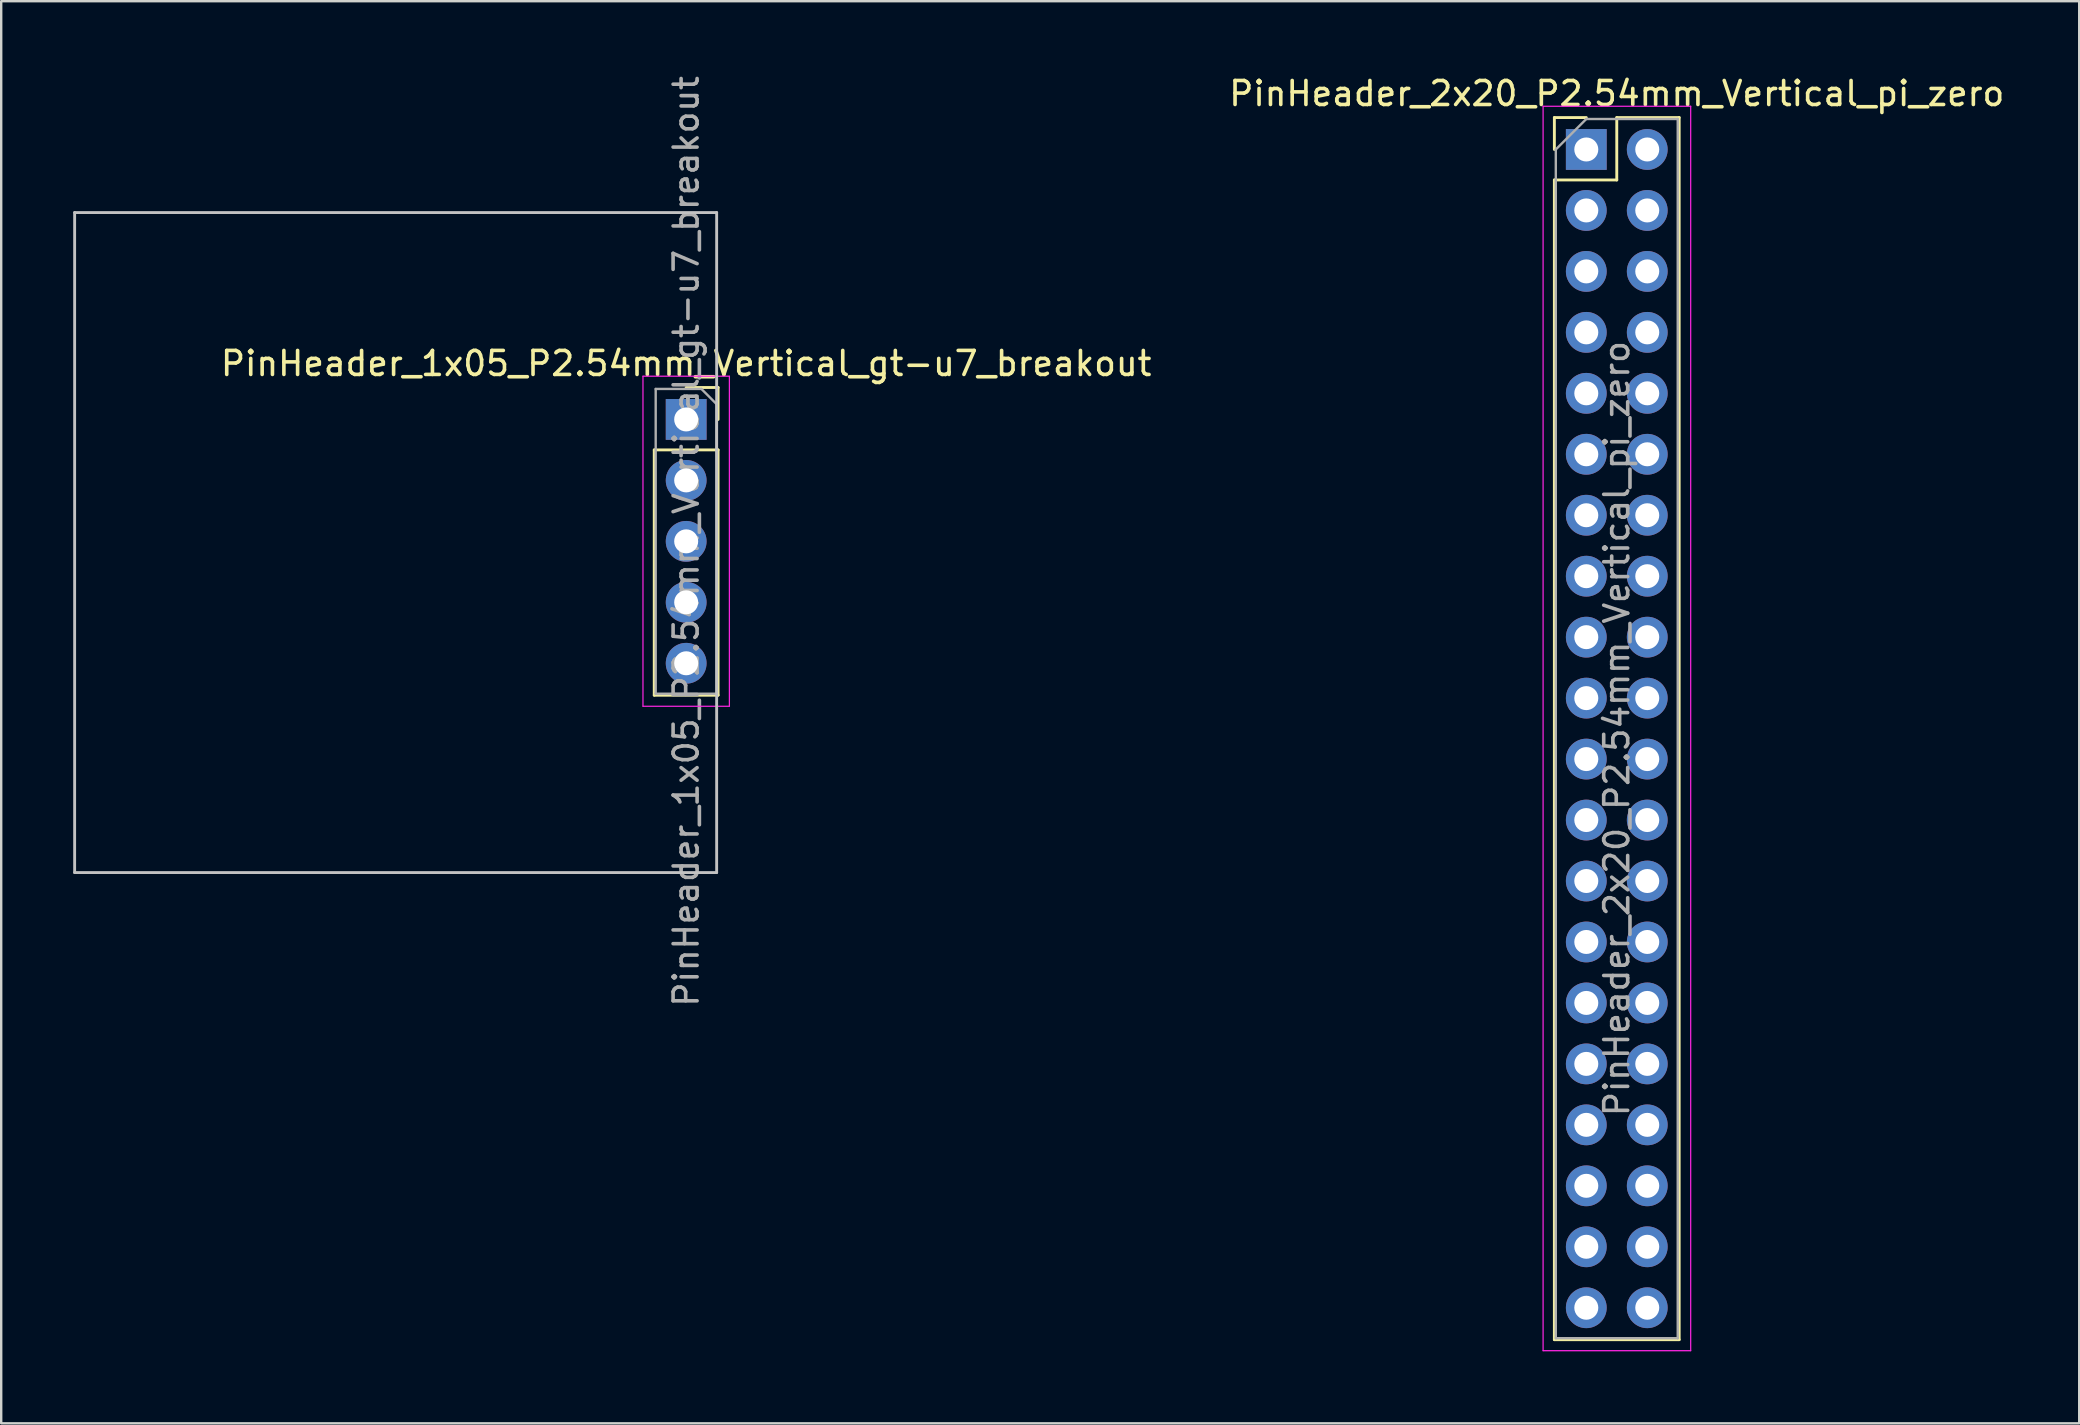
<source format=kicad_pcb>
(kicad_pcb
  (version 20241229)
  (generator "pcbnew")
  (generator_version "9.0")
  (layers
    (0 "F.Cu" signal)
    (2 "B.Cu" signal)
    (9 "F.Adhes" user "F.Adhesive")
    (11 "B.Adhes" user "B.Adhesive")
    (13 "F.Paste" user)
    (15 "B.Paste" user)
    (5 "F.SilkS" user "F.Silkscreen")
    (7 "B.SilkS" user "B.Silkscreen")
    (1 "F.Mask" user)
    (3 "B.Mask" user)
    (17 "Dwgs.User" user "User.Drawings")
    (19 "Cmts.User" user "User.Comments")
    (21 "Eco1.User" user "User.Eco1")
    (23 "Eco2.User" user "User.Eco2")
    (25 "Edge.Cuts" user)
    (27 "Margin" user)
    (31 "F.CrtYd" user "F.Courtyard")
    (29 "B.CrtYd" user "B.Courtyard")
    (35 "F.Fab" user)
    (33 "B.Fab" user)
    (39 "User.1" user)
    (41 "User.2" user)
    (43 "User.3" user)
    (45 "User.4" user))
  (footprint "PinHeader_1x05_P2.54mm_Vertical_gt-u7_breakout"
    (layer "F.Cu")
    (at 24.21 15.696)
    (property "Reference" "PinHeader_1x05_P2.54mm_Vertical_gt-u7_breakout" (at 1.33 -3.6 0) (layer "F.SilkS") (effects (font (size 1 1) (thickness 0.15))))
    (attr through_hole)
    (fp_line (start 0 0) (end 0 10.22) (stroke (width 0.12) (type solid)) (layer "F.SilkS"))
    (fp_line (start 2.66 -2.6) (end 1.33 -2.6) (stroke (width 0.12) (type solid)) (layer "F.SilkS"))
    (fp_line (start 2.66 -1.27) (end 2.66 -2.6) (stroke (width 0.12) (type solid)) (layer "F.SilkS"))
    (fp_line (start 2.66 0) (end 0 0) (stroke (width 0.12) (type solid)) (layer "F.SilkS"))
    (fp_line (start 2.66 0) (end 2.66 10.22) (stroke (width 0.12) (type solid)) (layer "F.SilkS"))
    (fp_line (start 2.66 10.22) (end 0 10.22) (stroke (width 0.12) (type solid)) (layer "F.SilkS"))
    (fp_line (start -24.15 -9.89) (end 2.6 -9.89) (stroke (width 0.12) (type solid)) (layer "Dwgs.User"))
    (fp_line (start -24.15 17.61) (end -24.15 -9.89) (stroke (width 0.12) (type solid)) (layer "Dwgs.User"))
    (fp_line (start 2.6 -9.89) (end 2.6 17.61) (stroke (width 0.12) (type solid)) (layer "Dwgs.User"))
    (fp_line (start 2.6 17.61) (end -24.15 17.61) (stroke (width 0.12) (type solid)) (layer "Dwgs.User"))
    (fp_line (start -0.47 -3.07) (end 3.13 -3.07) (stroke (width 0.05) (type solid)) (layer "F.CrtYd"))
    (fp_line (start -0.47 10.68) (end -0.47 -3.07) (stroke (width 0.05) (type solid)) (layer "F.CrtYd"))
    (fp_line (start 3.13 -3.07) (end 3.13 10.68) (stroke (width 0.05) (type solid)) (layer "F.CrtYd"))
    (fp_line (start 3.13 10.68) (end -0.47 10.68) (stroke (width 0.05) (type solid)) (layer "F.CrtYd"))
    (fp_line (start 0.06 -2.54) (end 0.06 10.16) (stroke (width 0.1) (type solid)) (layer "F.Fab"))
    (fp_line (start 0.06 10.16) (end 2.6 10.16) (stroke (width 0.1) (type solid)) (layer "F.Fab"))
    (fp_line (start 1.965 -2.54) (end 0.06 -2.54) (stroke (width 0.1) (type solid)) (layer "F.Fab"))
    (fp_line (start 2.6 -1.905) (end 1.965 -2.54) (stroke (width 0.1) (type solid)) (layer "F.Fab"))
    (fp_line (start 2.6 10.16) (end 2.6 -1.905) (stroke (width 0.1) (type solid)) (layer "F.Fab"))
    (fp_text user "${REFERENCE}" (at 1.33 3.81 90) (layer "F.Fab") (effects (font (size 1 1) (thickness 0.15))))
    (pad "1" thru_hole rect (at 1.33 -1.27) (size 1.7 1.7) (drill 1) (layers "*.Cu" "*.Mask"))
    (pad "2" thru_hole oval (at 1.33 1.27) (size 1.7 1.7) (drill 1) (layers "*.Cu" "*.Mask"))
    (pad "3" thru_hole oval (at 1.33 3.81) (size 1.7 1.7) (drill 1) (layers "*.Cu" "*.Mask"))
    (pad "4" thru_hole oval (at 1.33 6.35) (size 1.7 1.7) (drill 1) (layers "*.Cu" "*.Mask"))
    (pad "5" thru_hole oval (at 1.33 8.89) (size 1.7 1.7) (drill 1) (layers "*.Cu" "*.Mask")))
  (footprint "PinHeader_2x20_P2.54mm_Vertical_pi_zero"
    (layer "F.Cu")
    (at 64.314 27.308)
    (property "Reference" "PinHeader_2x20_P2.54mm_Vertical_pi_zero" (at 0 -26.46 0) (layer "F.SilkS") (effects (font (size 1 1) (thickness 0.15))))
    (attr through_hole)
    (fp_line (start -2.6 -25.46) (end -1.27 -25.46) (stroke (width 0.12) (type solid)) (layer "F.SilkS"))
    (fp_line (start -2.6 -24.13) (end -2.6 -25.46) (stroke (width 0.12) (type solid)) (layer "F.SilkS"))
    (fp_line (start -2.6 -22.86) (end -2.6 25.46) (stroke (width 0.12) (type solid)) (layer "F.SilkS"))
    (fp_line (start -2.6 -22.86) (end 0 -22.86) (stroke (width 0.12) (type solid)) (layer "F.SilkS"))
    (fp_line (start -2.6 25.46) (end 2.6 25.46) (stroke (width 0.12) (type solid)) (layer "F.SilkS"))
    (fp_line (start 0 -25.46) (end 2.6 -25.46) (stroke (width 0.12) (type solid)) (layer "F.SilkS"))
    (fp_line (start 0 -22.86) (end 0 -25.46) (stroke (width 0.12) (type solid)) (layer "F.SilkS"))
    (fp_line (start 2.6 -25.46) (end 2.6 25.46) (stroke (width 0.12) (type solid)) (layer "F.SilkS"))
    (fp_line (start -3.07 -25.93) (end -3.07 25.92) (stroke (width 0.05) (type solid)) (layer "F.CrtYd"))
    (fp_line (start -3.07 25.92) (end 3.08 25.92) (stroke (width 0.05) (type solid)) (layer "F.CrtYd"))
    (fp_line (start 3.08 -25.93) (end -3.07 -25.93) (stroke (width 0.05) (type solid)) (layer "F.CrtYd"))
    (fp_line (start 3.08 25.92) (end 3.08 -25.93) (stroke (width 0.05) (type solid)) (layer "F.CrtYd"))
    (fp_line (start -2.54 -24.13) (end -1.27 -25.4) (stroke (width 0.1) (type solid)) (layer "F.Fab"))
    (fp_line (start -2.54 25.4) (end -2.54 -24.13) (stroke (width 0.1) (type solid)) (layer "F.Fab"))
    (fp_line (start -1.27 -25.4) (end 2.54 -25.4) (stroke (width 0.1) (type solid)) (layer "F.Fab"))
    (fp_line (start 2.54 -25.4) (end 2.54 25.4) (stroke (width 0.1) (type solid)) (layer "F.Fab"))
    (fp_line (start 2.54 25.4) (end -2.54 25.4) (stroke (width 0.1) (type solid)) (layer "F.Fab"))
    (fp_text user "${REFERENCE}" (at 0 0 90) (layer "F.Fab") (effects (font (size 1 1) (thickness 0.15))))
    (pad "1" thru_hole rect (at -1.27 -24.13) (size 1.7 1.7) (drill 1) (layers "*.Cu" "*.Mask"))
    (pad "2" thru_hole oval (at 1.27 -24.13) (size 1.7 1.7) (drill 1) (layers "*.Cu" "*.Mask"))
    (pad "3" thru_hole oval (at -1.27 -21.59) (size 1.7 1.7) (drill 1) (layers "*.Cu" "*.Mask"))
    (pad "4" thru_hole oval (at 1.27 -21.59) (size 1.7 1.7) (drill 1) (layers "*.Cu" "*.Mask"))
    (pad "5" thru_hole oval (at -1.27 -19.05) (size 1.7 1.7) (drill 1) (layers "*.Cu" "*.Mask"))
    (pad "6" thru_hole oval (at 1.27 -19.05) (size 1.7 1.7) (drill 1) (layers "*.Cu" "*.Mask"))
    (pad "7" thru_hole oval (at -1.27 -16.51) (size 1.7 1.7) (drill 1) (layers "*.Cu" "*.Mask"))
    (pad "8" thru_hole oval (at 1.27 -16.51) (size 1.7 1.7) (drill 1) (layers "*.Cu" "*.Mask"))
    (pad "9" thru_hole oval (at -1.27 -13.97) (size 1.7 1.7) (drill 1) (layers "*.Cu" "*.Mask"))
    (pad "10" thru_hole oval (at 1.27 -13.97) (size 1.7 1.7) (drill 1) (layers "*.Cu" "*.Mask"))
    (pad "11" thru_hole oval (at -1.27 -11.43) (size 1.7 1.7) (drill 1) (layers "*.Cu" "*.Mask"))
    (pad "12" thru_hole oval (at 1.27 -11.43) (size 1.7 1.7) (drill 1) (layers "*.Cu" "*.Mask"))
    (pad "13" thru_hole oval (at -1.27 -8.89) (size 1.7 1.7) (drill 1) (layers "*.Cu" "*.Mask"))
    (pad "14" thru_hole oval (at 1.27 -8.89) (size 1.7 1.7) (drill 1) (layers "*.Cu" "*.Mask"))
    (pad "15" thru_hole oval (at -1.27 -6.35) (size 1.7 1.7) (drill 1) (layers "*.Cu" "*.Mask"))
    (pad "16" thru_hole oval (at 1.27 -6.35) (size 1.7 1.7) (drill 1) (layers "*.Cu" "*.Mask"))
    (pad "17" thru_hole oval (at -1.27 -3.81) (size 1.7 1.7) (drill 1) (layers "*.Cu" "*.Mask"))
    (pad "18" thru_hole oval (at 1.27 -3.81) (size 1.7 1.7) (drill 1) (layers "*.Cu" "*.Mask"))
    (pad "19" thru_hole oval (at -1.27 -1.27) (size 1.7 1.7) (drill 1) (layers "*.Cu" "*.Mask"))
    (pad "20" thru_hole oval (at 1.27 -1.27) (size 1.7 1.7) (drill 1) (layers "*.Cu" "*.Mask"))
    (pad "21" thru_hole oval (at -1.27 1.27) (size 1.7 1.7) (drill 1) (layers "*.Cu" "*.Mask"))
    (pad "22" thru_hole oval (at 1.27 1.27) (size 1.7 1.7) (drill 1) (layers "*.Cu" "*.Mask"))
    (pad "23" thru_hole oval (at -1.27 3.81) (size 1.7 1.7) (drill 1) (layers "*.Cu" "*.Mask"))
    (pad "24" thru_hole oval (at 1.27 3.81) (size 1.7 1.7) (drill 1) (layers "*.Cu" "*.Mask"))
    (pad "25" thru_hole oval (at -1.27 6.35) (size 1.7 1.7) (drill 1) (layers "*.Cu" "*.Mask"))
    (pad "26" thru_hole oval (at 1.27 6.35) (size 1.7 1.7) (drill 1) (layers "*.Cu" "*.Mask"))
    (pad "27" thru_hole oval (at -1.27 8.89) (size 1.7 1.7) (drill 1) (layers "*.Cu" "*.Mask"))
    (pad "28" thru_hole oval (at 1.27 8.89) (size 1.7 1.7) (drill 1) (layers "*.Cu" "*.Mask"))
    (pad "29" thru_hole oval (at -1.27 11.43) (size 1.7 1.7) (drill 1) (layers "*.Cu" "*.Mask"))
    (pad "30" thru_hole oval (at 1.27 11.43) (size 1.7 1.7) (drill 1) (layers "*.Cu" "*.Mask"))
    (pad "31" thru_hole oval (at -1.27 13.97) (size 1.7 1.7) (drill 1) (layers "*.Cu" "*.Mask"))
    (pad "32" thru_hole oval (at 1.27 13.97) (size 1.7 1.7) (drill 1) (layers "*.Cu" "*.Mask"))
    (pad "33" thru_hole oval (at -1.27 16.51) (size 1.7 1.7) (drill 1) (layers "*.Cu" "*.Mask"))
    (pad "34" thru_hole oval (at 1.27 16.51) (size 1.7 1.7) (drill 1) (layers "*.Cu" "*.Mask"))
    (pad "35" thru_hole oval (at -1.27 19.05) (size 1.7 1.7) (drill 1) (layers "*.Cu" "*.Mask"))
    (pad "36" thru_hole oval (at 1.27 19.05) (size 1.7 1.7) (drill 1) (layers "*.Cu" "*.Mask"))
    (pad "37" thru_hole oval (at -1.27 21.59) (size 1.7 1.7) (drill 1) (layers "*.Cu" "*.Mask"))
    (pad "38" thru_hole oval (at 1.27 21.59) (size 1.7 1.7) (drill 1) (layers "*.Cu" "*.Mask"))
    (pad "39" thru_hole oval (at -1.27 24.13) (size 1.7 1.7) (drill 1) (layers "*.Cu" "*.Mask"))
    (pad "40" thru_hole oval (at 1.27 24.13) (size 1.7 1.7) (drill 1) (layers "*.Cu" "*.Mask")))
  (gr_rect
    (start -3 -3)
    (end 83.582 56.253)
    (stroke (width 0.1) (type default))
    (fill no)
    (layer "Edge.Cuts")))
</source>
